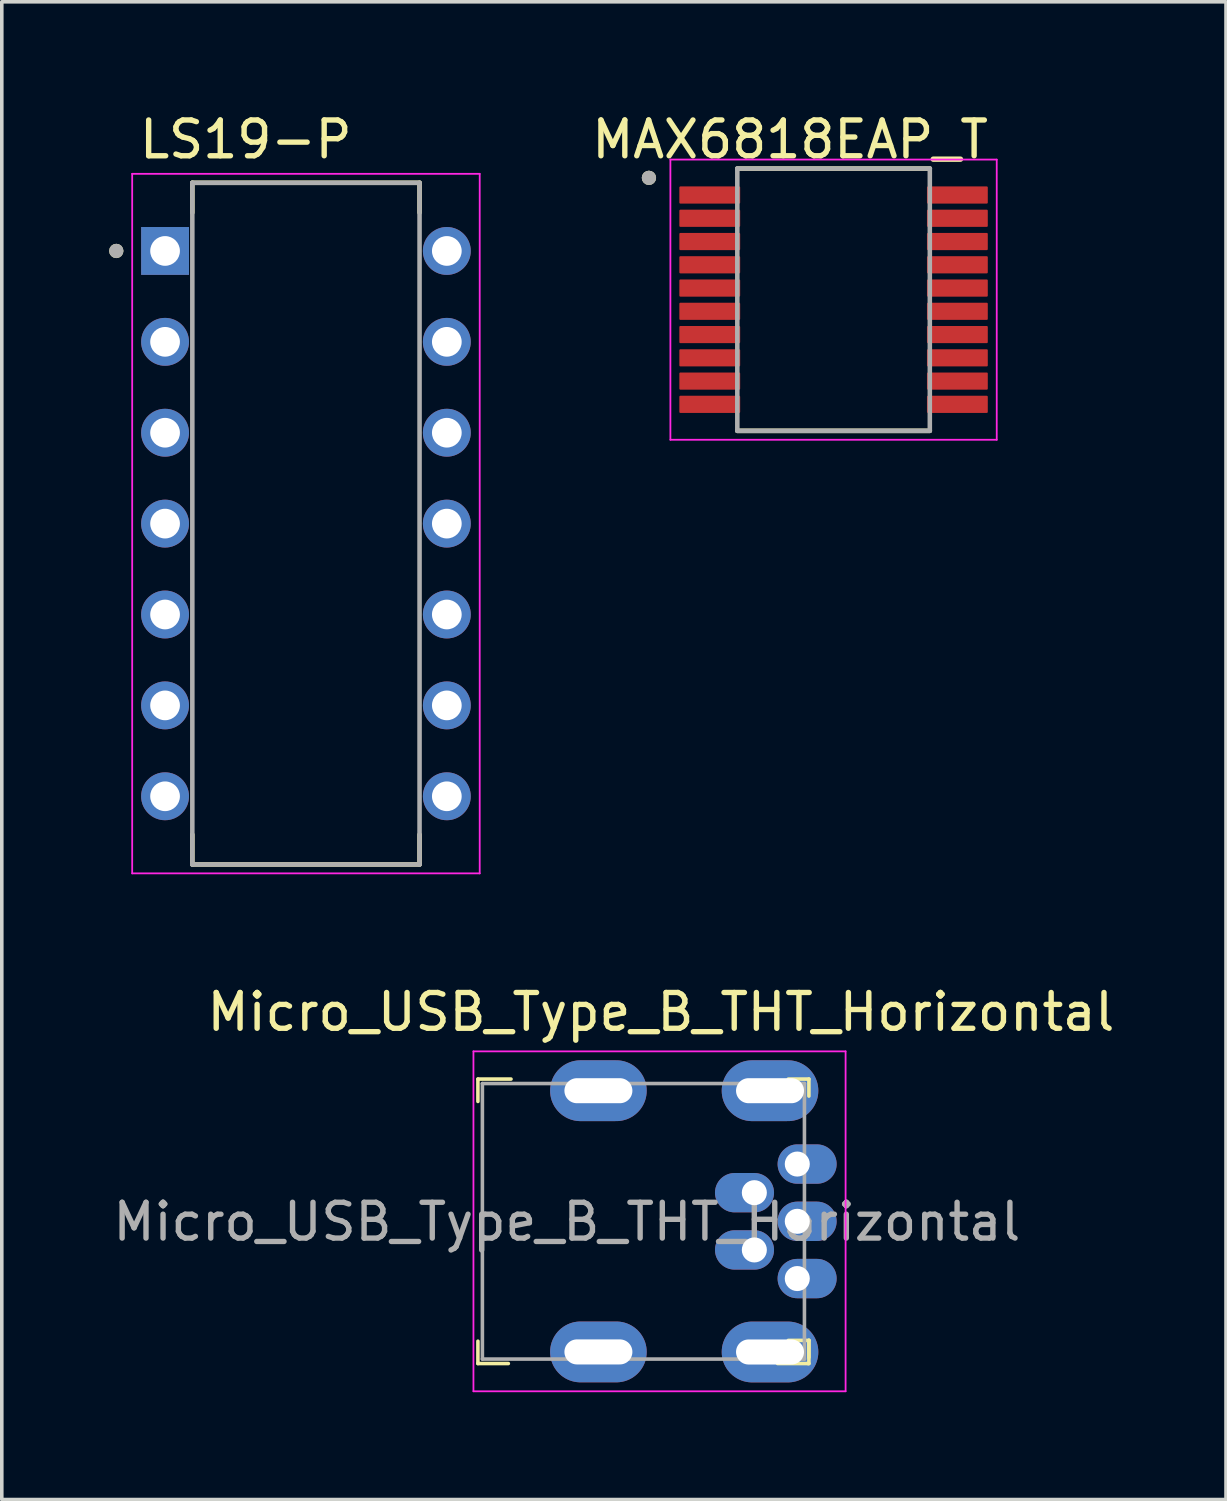
<source format=kicad_pcb>
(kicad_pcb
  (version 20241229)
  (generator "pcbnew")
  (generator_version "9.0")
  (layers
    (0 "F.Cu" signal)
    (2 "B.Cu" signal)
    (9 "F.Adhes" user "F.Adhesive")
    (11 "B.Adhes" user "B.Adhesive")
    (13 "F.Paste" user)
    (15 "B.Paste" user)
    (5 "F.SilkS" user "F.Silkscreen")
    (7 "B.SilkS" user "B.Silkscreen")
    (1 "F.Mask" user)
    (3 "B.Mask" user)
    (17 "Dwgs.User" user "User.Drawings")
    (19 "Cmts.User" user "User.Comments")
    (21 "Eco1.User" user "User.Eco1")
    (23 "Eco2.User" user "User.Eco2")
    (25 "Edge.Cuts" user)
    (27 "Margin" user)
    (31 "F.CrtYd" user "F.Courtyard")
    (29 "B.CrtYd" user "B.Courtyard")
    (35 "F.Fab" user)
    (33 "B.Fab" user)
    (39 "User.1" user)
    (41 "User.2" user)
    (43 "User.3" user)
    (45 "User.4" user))
  (footprint "LS19-P"
    (layer "F.Cu")
    (at 5.5 11.583)
    (property "Reference" "LS19-P" (at -1.681 -10.735 0) (layer "F.SilkS") (effects (font (size 1 1) (thickness 0.15))))
    (attr through_hole)
    (fp_line (start -3.175 -9.525) (end 3.175 -9.525) (stroke (width 0.127) (type solid)) (layer "F.SilkS"))
    (fp_line (start -3.175 -8.69) (end -3.175 -9.525) (stroke (width 0.127) (type solid)) (layer "F.SilkS"))
    (fp_line (start -3.175 8.69) (end -3.175 9.525) (stroke (width 0.127) (type solid)) (layer "F.SilkS"))
    (fp_line (start -3.175 9.525) (end 3.175 9.525) (stroke (width 0.127) (type solid)) (layer "F.SilkS"))
    (fp_line (start 3.175 -9.525) (end 3.175 -8.69) (stroke (width 0.127) (type solid)) (layer "F.SilkS"))
    (fp_line (start 3.175 9.525) (end 3.175 8.69) (stroke (width 0.127) (type solid)) (layer "F.SilkS"))
    (fp_circle (center -5.3 -7.62) (end -5.2 -7.62) (stroke (width 0.2) (type solid)) (fill no) (layer "F.SilkS"))
    (fp_line (start -4.856 -9.775) (end -4.856 9.775) (stroke (width 0.05) (type solid)) (layer "F.CrtYd"))
    (fp_line (start -4.856 9.775) (end 4.856 9.775) (stroke (width 0.05) (type solid)) (layer "F.CrtYd"))
    (fp_line (start 4.856 -9.775) (end -4.856 -9.775) (stroke (width 0.05) (type solid)) (layer "F.CrtYd"))
    (fp_line (start 4.856 9.775) (end 4.856 -9.775) (stroke (width 0.05) (type solid)) (layer "F.CrtYd"))
    (fp_line (start -3.175 -9.525) (end 3.175 -9.525) (stroke (width 0.127) (type solid)) (layer "F.Fab"))
    (fp_line (start -3.175 9.525) (end -3.175 -9.525) (stroke (width 0.127) (type solid)) (layer "F.Fab"))
    (fp_line (start 3.175 -9.525) (end 3.175 9.525) (stroke (width 0.127) (type solid)) (layer "F.Fab"))
    (fp_line (start 3.175 9.525) (end -3.175 9.525) (stroke (width 0.127) (type solid)) (layer "F.Fab"))
    (fp_circle (center -5.3 -7.62) (end -5.2 -7.62) (stroke (width 0.2) (type solid)) (fill no) (layer "F.Fab"))
    (pad "1" thru_hole rect (at -3.937 -7.62) (size 1.338 1.338) (drill 0.83) (layers "*.Cu" "*.Mask"))
    (pad "2" thru_hole circle (at -3.937 -5.08) (size 1.338 1.338) (drill 0.83) (layers "*.Cu" "*.Mask"))
    (pad "3" thru_hole circle (at -3.937 -2.54) (size 1.338 1.338) (drill 0.83) (layers "*.Cu" "*.Mask"))
    (pad "4" thru_hole circle (at -3.937 0) (size 1.338 1.338) (drill 0.83) (layers "*.Cu" "*.Mask"))
    (pad "5" thru_hole circle (at -3.937 2.54) (size 1.338 1.338) (drill 0.83) (layers "*.Cu" "*.Mask"))
    (pad "6" thru_hole circle (at -3.937 5.08) (size 1.338 1.338) (drill 0.83) (layers "*.Cu" "*.Mask"))
    (pad "7" thru_hole circle (at -3.937 7.62) (size 1.338 1.338) (drill 0.83) (layers "*.Cu" "*.Mask"))
    (pad "8" thru_hole circle (at 3.937 7.62) (size 1.338 1.338) (drill 0.83) (layers "*.Cu" "*.Mask"))
    (pad "9" thru_hole circle (at 3.937 5.08) (size 1.338 1.338) (drill 0.83) (layers "*.Cu" "*.Mask"))
    (pad "10" thru_hole circle (at 3.937 2.54) (size 1.338 1.338) (drill 0.83) (layers "*.Cu" "*.Mask"))
    (pad "11" thru_hole circle (at 3.937 0) (size 1.338 1.338) (drill 0.83) (layers "*.Cu" "*.Mask"))
    (pad "12" thru_hole circle (at 3.937 -2.54) (size 1.338 1.338) (drill 0.83) (layers "*.Cu" "*.Mask"))
    (pad "13" thru_hole circle (at 3.937 -5.08) (size 1.338 1.338) (drill 0.83) (layers "*.Cu" "*.Mask"))
    (pad "14" thru_hole circle (at 3.937 -7.62) (size 1.338 1.338) (drill 0.83) (layers "*.Cu" "*.Mask")))
  (footprint "MAX6818EAP_T"
    (layer "F.Cu")
    (at 20.245 5.325)
    (property "Reference" "MAX6818EAP_T" (at -1.215 -4.477 0) (layer "F.SilkS") (effects (font (size 1 1) (thickness 0.15))))
    (attr smd)
    (fp_line (start -2.69 -3.665) (end 2.69 -3.665) (stroke (width 0.127) (type solid)) (layer "F.SilkS"))
    (fp_line (start -2.69 3.665) (end 2.69 3.665) (stroke (width 0.127) (type solid)) (layer "F.SilkS"))
    (fp_circle (center -5.16 -3.405) (end -5.06 -3.405) (stroke (width 0.2) (type solid)) (fill no) (layer "F.SilkS"))
    (fp_line (start -4.56 -3.915) (end -4.56 3.915) (stroke (width 0.05) (type solid)) (layer "F.CrtYd"))
    (fp_line (start -4.56 -3.915) (end 4.56 -3.915) (stroke (width 0.05) (type solid)) (layer "F.CrtYd"))
    (fp_line (start -4.56 3.915) (end 4.56 3.915) (stroke (width 0.05) (type solid)) (layer "F.CrtYd"))
    (fp_line (start 4.56 -3.915) (end 4.56 3.915) (stroke (width 0.05) (type solid)) (layer "F.CrtYd"))
    (fp_line (start -2.69 -3.665) (end -2.69 3.665) (stroke (width 0.127) (type solid)) (layer "F.Fab"))
    (fp_line (start -2.69 -3.665) (end 2.69 -3.665) (stroke (width 0.127) (type solid)) (layer "F.Fab"))
    (fp_line (start -2.69 3.665) (end 2.69 3.665) (stroke (width 0.127) (type solid)) (layer "F.Fab"))
    (fp_line (start 2.69 -3.665) (end 2.69 3.665) (stroke (width 0.127) (type solid)) (layer "F.Fab"))
    (fp_circle (center -5.16 -3.405) (end -5.06 -3.405) (stroke (width 0.2) (type solid)) (fill no) (layer "F.Fab"))
    (pad "1" smd roundrect (at -3.46 -2.925) (size 1.7 0.48) (layers "F.Cu" "F.Mask" "F.Paste") (roundrect_rratio 0.06))
    (pad "2" smd roundrect (at -3.46 -2.275) (size 1.7 0.48) (layers "F.Cu" "F.Mask" "F.Paste") (roundrect_rratio 0.06))
    (pad "3" smd roundrect (at -3.46 -1.625) (size 1.7 0.48) (layers "F.Cu" "F.Mask" "F.Paste") (roundrect_rratio 0.06))
    (pad "4" smd roundrect (at -3.46 -0.975) (size 1.7 0.48) (layers "F.Cu" "F.Mask" "F.Paste") (roundrect_rratio 0.06))
    (pad "5" smd roundrect (at -3.46 -0.325) (size 1.7 0.48) (layers "F.Cu" "F.Mask" "F.Paste") (roundrect_rratio 0.06))
    (pad "6" smd roundrect (at -3.46 0.325) (size 1.7 0.48) (layers "F.Cu" "F.Mask" "F.Paste") (roundrect_rratio 0.06))
    (pad "7" smd roundrect (at -3.46 0.975) (size 1.7 0.48) (layers "F.Cu" "F.Mask" "F.Paste") (roundrect_rratio 0.06))
    (pad "8" smd roundrect (at -3.46 1.625) (size 1.7 0.48) (layers "F.Cu" "F.Mask" "F.Paste") (roundrect_rratio 0.06))
    (pad "9" smd roundrect (at -3.46 2.275) (size 1.7 0.48) (layers "F.Cu" "F.Mask" "F.Paste") (roundrect_rratio 0.06))
    (pad "10" smd roundrect (at -3.46 2.925) (size 1.7 0.48) (layers "F.Cu" "F.Mask" "F.Paste") (roundrect_rratio 0.06))
    (pad "11" smd roundrect (at 3.46 2.925) (size 1.7 0.48) (layers "F.Cu" "F.Mask" "F.Paste") (roundrect_rratio 0.06))
    (pad "12" smd roundrect (at 3.46 2.275) (size 1.7 0.48) (layers "F.Cu" "F.Mask" "F.Paste") (roundrect_rratio 0.06))
    (pad "13" smd roundrect (at 3.46 1.625) (size 1.7 0.48) (layers "F.Cu" "F.Mask" "F.Paste") (roundrect_rratio 0.06))
    (pad "14" smd roundrect (at 3.46 0.975) (size 1.7 0.48) (layers "F.Cu" "F.Mask" "F.Paste") (roundrect_rratio 0.06))
    (pad "15" smd roundrect (at 3.46 0.325) (size 1.7 0.48) (layers "F.Cu" "F.Mask" "F.Paste") (roundrect_rratio 0.06))
    (pad "16" smd roundrect (at 3.46 -0.325) (size 1.7 0.48) (layers "F.Cu" "F.Mask" "F.Paste") (roundrect_rratio 0.06))
    (pad "17" smd roundrect (at 3.46 -0.975) (size 1.7 0.48) (layers "F.Cu" "F.Mask" "F.Paste") (roundrect_rratio 0.06))
    (pad "18" smd roundrect (at 3.46 -1.625) (size 1.7 0.48) (layers "F.Cu" "F.Mask" "F.Paste") (roundrect_rratio 0.06))
    (pad "19" smd roundrect (at 3.46 -2.275) (size 1.7 0.48) (layers "F.Cu" "F.Mask" "F.Paste") (roundrect_rratio 0.06))
    (pad "20" smd roundrect (at 3.46 -2.925) (size 1.7 0.48) (layers "F.Cu" "F.Mask" "F.Paste") (roundrect_rratio 0.06)))
  (footprint "Micro_USB_Type_B_THT_Horizontal"
    (layer "F.Cu")
    (at 15.421 31.081)
    (property "Reference" "Micro_USB_Type_B_THT_Horizontal" (at 0 -5.85 0) (layer "F.SilkS") (effects (font (size 1 1) (thickness 0.15))))
    (attr through_hole)
    (fp_line (start -5.115 -3.975) (end -5.115 -3.35) (stroke (width 0.1) (type solid)) (layer "F.SilkS"))
    (fp_line (start -5.115 3.975) (end -5.115 3.35) (stroke (width 0.1) (type solid)) (layer "F.SilkS"))
    (fp_line (start -4.265 3.975) (end -5.115 3.975) (stroke (width 0.1) (type solid)) (layer "F.SilkS"))
    (fp_line (start -4.19 -3.975) (end -5.115 -3.975) (stroke (width 0.1) (type solid)) (layer "F.SilkS"))
    (fp_line (start 3.26 3.975) (end 4.11 3.975) (stroke (width 0.1) (type solid)) (layer "F.SilkS"))
    (fp_line (start 3.56 -3.975) (end 4.135 -3.975) (stroke (width 0.1) (type solid)) (layer "F.SilkS"))
    (fp_line (start 3.56 3.328) (end 4.135 3.328) (stroke (width 0.1) (type solid)) (layer "F.SilkS"))
    (fp_line (start 4.135 -3.975) (end 4.135 -3.5) (stroke (width 0.1) (type solid)) (layer "F.SilkS"))
    (fp_line (start 4.135 3.325) (end 4.135 3.975) (stroke (width 0.1) (type solid)) (layer "F.SilkS"))
    (fp_line (start 4.135 3.328) (end 4.135 3.803) (stroke (width 0.1) (type solid)) (layer "F.SilkS"))
    (fp_line (start 4.135 3.975) (end 4.11 3.975) (stroke (width 0.1) (type solid)) (layer "F.SilkS"))
    (fp_line (start -5.24 -4.75) (end -5.24 4.75) (stroke (width 0.05) (type solid)) (layer "F.CrtYd"))
    (fp_line (start -5.24 -4.75) (end 5.16 -4.75) (stroke (width 0.05) (type solid)) (layer "F.CrtYd"))
    (fp_line (start -5.24 4.75) (end 5.16 4.75) (stroke (width 0.05) (type solid)) (layer "F.CrtYd"))
    (fp_line (start 5.16 -4.75) (end 5.16 4.75) (stroke (width 0.05) (type solid)) (layer "F.CrtYd"))
    (fp_line (start -4.99 -3.85) (end -4.99 3.85) (stroke (width 0.1) (type solid)) (layer "F.Fab"))
    (fp_line (start -4.99 -3.85) (end 4.01 -3.85) (stroke (width 0.1) (type solid)) (layer "F.Fab"))
    (fp_line (start -4.99 3.85) (end 4.01 3.85) (stroke (width 0.1) (type solid)) (layer "F.Fab"))
    (fp_line (start 4.01 -3.85) (end 4.01 3.85) (stroke (width 0.1) (type solid)) (layer "F.Fab"))
    (fp_text user "${REFERENCE}" (at -2.629 0.013 0) (layer "F.Fab") (effects (font (size 1 1) (thickness 0.15))))
    (pad "1" thru_hole oval (at 3.81 -1.6) (size 1.65 1.1) (drill 0.7 (offset 0.275 0)) (layers "*.Cu" "*.Mask"))
    (pad "2" thru_hole oval (at 2.61 -0.8) (size 1.65 1.1) (drill 0.7 (offset -0.275 0)) (layers "*.Cu" "*.Mask"))
    (pad "3" thru_hole oval (at 3.81 0) (size 1.65 1.1) (drill 0.7 (offset 0.275 0)) (layers "*.Cu" "*.Mask"))
    (pad "4" thru_hole oval (at 2.61 0.8) (size 1.65 1.1) (drill 0.7 (offset -0.275 0)) (layers "*.Cu" "*.Mask"))
    (pad "5" thru_hole oval (at 3.81 1.6) (size 1.65 1.1) (drill 0.7 (offset 0.275 0)) (layers "*.Cu" "*.Mask"))
    (pad "SH" thru_hole oval (at -1.748 -3.65) (size 2.7 1.7) (drill oval 1.9 0.7) (layers "*.Cu" "*.Mask"))
    (pad "SH" thru_hole oval (at -1.748 3.65) (size 2.7 1.7) (drill oval 1.9 0.7) (layers "*.Cu" "*.Mask"))
    (pad "SH" thru_hole oval (at 3.048 -3.65) (size 2.7 1.7) (drill oval 1.9 0.7) (layers "*.Cu" "*.Mask"))
    (pad "SH" thru_hole oval (at 3.048 3.652) (size 2.7 1.7) (drill oval 1.9 0.7) (layers "*.Cu" "*.Mask")))
  (gr_rect
    (start -3 -3)
    (end 31.212 38.856)
    (stroke (width 0.1) (type default))
    (fill no)
    (layer "Edge.Cuts")))
</source>
